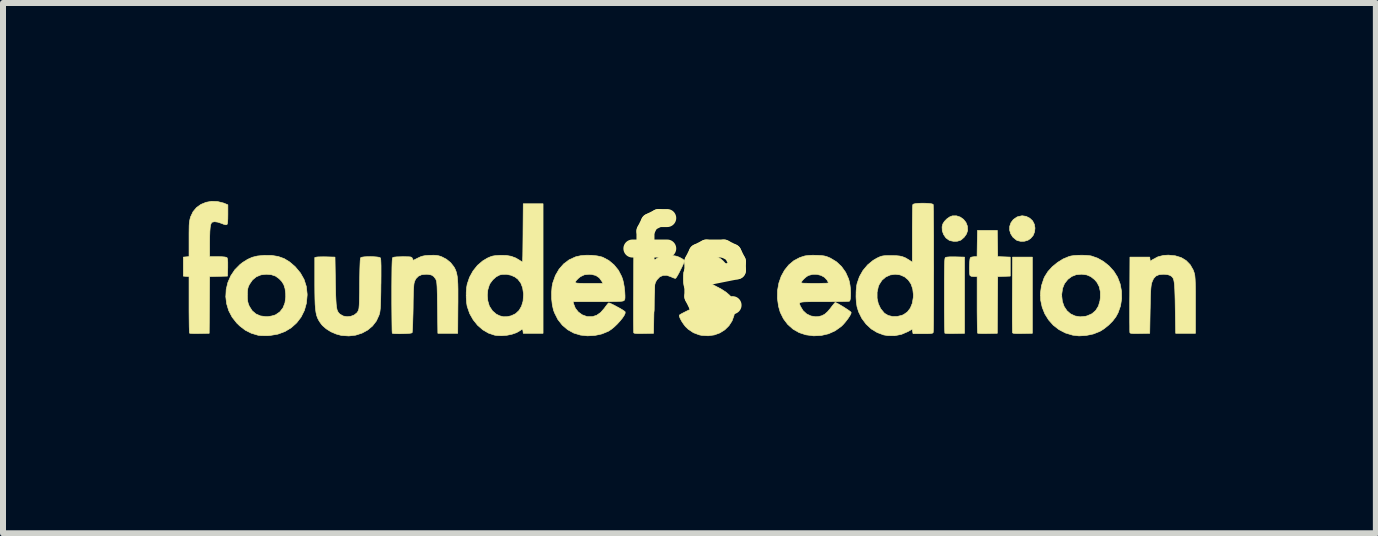
<source format=kicad_pcb>
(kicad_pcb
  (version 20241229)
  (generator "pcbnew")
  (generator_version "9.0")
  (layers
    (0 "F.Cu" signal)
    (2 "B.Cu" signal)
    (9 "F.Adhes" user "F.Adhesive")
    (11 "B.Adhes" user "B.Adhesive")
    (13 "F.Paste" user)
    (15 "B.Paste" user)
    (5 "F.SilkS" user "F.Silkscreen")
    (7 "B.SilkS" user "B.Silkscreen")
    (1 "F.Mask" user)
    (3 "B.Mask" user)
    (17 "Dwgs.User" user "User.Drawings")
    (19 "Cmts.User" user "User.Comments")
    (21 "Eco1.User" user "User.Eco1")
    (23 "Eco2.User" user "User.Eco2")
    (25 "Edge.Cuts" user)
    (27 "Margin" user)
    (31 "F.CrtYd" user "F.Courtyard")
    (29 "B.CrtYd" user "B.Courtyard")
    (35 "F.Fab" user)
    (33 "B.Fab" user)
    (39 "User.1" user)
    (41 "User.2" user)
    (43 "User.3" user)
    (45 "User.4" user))
  (footprint "fe"
    (layer "F.Cu")
    (at 8.431 1.418)
    (property "Reference" "fe" (at 0 0 0) (layer "F.SilkS") (effects (font (size 1.524 1.524) (thickness 0.3))))
    (attr through_hole)
    (fp_poly (pts (xy 5.721 1.086) (xy 5.559 1.089) (xy 5.488 1.09) (xy 5.438 1.089) (xy 5.408 1.086) (xy 5.393 1.08) (xy 5.391 1.077) (xy 5.39 1.061) (xy 5.389 1.023) (xy 5.388 0.964) (xy 5.387 0.887) (xy 5.387 0.795) (xy 5.387 0.69) (xy 5.387 0.575) (xy 5.388 0.452) (xy 5.388 0.438) (xy 5.391 -0.184) (xy 5.721 -0.184) (xy 5.721 1.086)) (stroke (width 0.01) (type solid)) (fill yes) (layer "F.SilkS"))
    (fp_poly (pts (xy 5.617 -0.863) (xy 5.677 -0.833) (xy 5.725 -0.788) (xy 5.754 -0.731) (xy 5.765 -0.668) (xy 5.758 -0.604) (xy 5.734 -0.544) (xy 5.692 -0.495) (xy 5.647 -0.465) (xy 5.589 -0.448) (xy 5.526 -0.447) (xy 5.469 -0.46) (xy 5.454 -0.469) (xy 5.397 -0.516) (xy 5.36 -0.573) (xy 5.342 -0.635) (xy 5.344 -0.698) (xy 5.365 -0.758) (xy 5.404 -0.81) (xy 5.462 -0.85) (xy 5.48 -0.858) (xy 5.55 -0.873) (xy 5.617 -0.863)) (stroke (width 0.01) (type solid)) (fill yes) (layer "F.SilkS"))
    (fp_poly (pts (xy 4.52 -0.851) (xy 4.574 -0.813) (xy 4.615 -0.761) (xy 4.639 -0.699) (xy 4.643 -0.631) (xy 4.642 -0.625) (xy 4.623 -0.569) (xy 4.585 -0.515) (xy 4.536 -0.472) (xy 4.52 -0.463) (xy 4.469 -0.448) (xy 4.409 -0.447) (xy 4.351 -0.458) (xy 4.333 -0.466) (xy 4.281 -0.504) (xy 4.243 -0.559) (xy 4.22 -0.622) (xy 4.217 -0.688) (xy 4.229 -0.736) (xy 4.256 -0.78) (xy 4.298 -0.822) (xy 4.346 -0.855) (xy 4.388 -0.871) (xy 4.456 -0.872) (xy 4.52 -0.851)) (stroke (width 0.01) (type solid)) (fill yes) (layer "F.SilkS"))
    (fp_poly (pts (xy 4.44 -0.188) (xy 4.591 -0.184) (xy 4.591 1.086) (xy 4.432 1.089) (xy 4.37 1.09) (xy 4.318 1.089) (xy 4.281 1.087) (xy 4.264 1.084) (xy 4.263 1.084) (xy 4.262 1.07) (xy 4.26 1.033) (xy 4.258 0.976) (xy 4.257 0.9) (xy 4.256 0.809) (xy 4.255 0.705) (xy 4.255 0.591) (xy 4.255 0.469) (xy 4.255 0.457) (xy 4.255 0.312) (xy 4.255 0.19) (xy 4.256 0.09) (xy 4.257 0.009) (xy 4.258 -0.054) (xy 4.26 -0.102) (xy 4.262 -0.136) (xy 4.265 -0.159) (xy 4.269 -0.172) (xy 4.272 -0.177) (xy 4.296 -0.184) (xy 4.344 -0.188) (xy 4.417 -0.188) (xy 4.44 -0.188)) (stroke (width 0.01) (type solid)) (fill yes) (layer "F.SilkS"))
    (fp_poly (pts (xy 5.141 -0.41) (xy 5.144 -0.192) (xy 5.249 -0.188) (xy 5.353 -0.184) (xy 5.353 0.133) (xy 5.144 0.141) (xy 5.137 1.086) (xy 4.978 1.089) (xy 4.916 1.09) (xy 4.865 1.089) (xy 4.827 1.087) (xy 4.81 1.084) (xy 4.809 1.084) (xy 4.807 1.07) (xy 4.806 1.033) (xy 4.804 0.977) (xy 4.803 0.903) (xy 4.802 0.816) (xy 4.801 0.718) (xy 4.801 0.612) (xy 4.801 0.14) (xy 4.745 0.14) (xy 4.704 0.136) (xy 4.683 0.124) (xy 4.681 0.12) (xy 4.676 0.094) (xy 4.674 0.051) (xy 4.673 -0.001) (xy 4.674 -0.055) (xy 4.677 -0.107) (xy 4.681 -0.148) (xy 4.687 -0.172) (xy 4.689 -0.175) (xy 4.711 -0.185) (xy 4.745 -0.19) (xy 4.752 -0.191) (xy 4.8 -0.191) (xy 4.803 -0.41) (xy 4.807 -0.629) (xy 5.137 -0.629) (xy 5.141 -0.41)) (stroke (width 0.01) (type solid)) (fill yes) (layer "F.SilkS"))
    (fp_poly (pts (xy -7.857 -1.11) (xy -7.756 -1.085) (xy -7.729 -1.074) (xy -7.684 -1.055) (xy -7.684 -0.898) (xy -7.685 -0.822) (xy -7.688 -0.769) (xy -7.693 -0.738) (xy -7.699 -0.727) (xy -7.718 -0.722) (xy -7.753 -0.731) (xy -7.785 -0.744) (xy -7.85 -0.766) (xy -7.905 -0.774) (xy -7.944 -0.766) (xy -7.948 -0.764) (xy -7.961 -0.748) (xy -7.972 -0.719) (xy -7.979 -0.674) (xy -7.984 -0.611) (xy -7.987 -0.527) (xy -7.988 -0.422) (xy -7.988 -0.191) (xy -7.85 -0.191) (xy -7.783 -0.19) (xy -7.737 -0.186) (xy -7.709 -0.18) (xy -7.697 -0.173) (xy -7.69 -0.149) (xy -7.686 -0.101) (xy -7.686 -0.029) (xy -7.686 -0.011) (xy -7.69 0.133) (xy -7.839 0.137) (xy -7.988 0.141) (xy -7.991 0.613) (xy -7.995 1.086) (xy -8.154 1.089) (xy -8.215 1.09) (xy -8.267 1.089) (xy -8.304 1.087) (xy -8.322 1.084) (xy -8.322 1.084) (xy -8.324 1.07) (xy -8.326 1.033) (xy -8.328 0.977) (xy -8.329 0.903) (xy -8.33 0.816) (xy -8.331 0.718) (xy -8.331 0.612) (xy -8.331 0.141) (xy -8.379 0.137) (xy -8.426 0.133) (xy -8.426 -0.184) (xy -8.331 -0.192) (xy -8.331 -0.483) (xy -8.331 -0.579) (xy -8.33 -0.653) (xy -8.329 -0.71) (xy -8.326 -0.754) (xy -8.321 -0.789) (xy -8.315 -0.818) (xy -8.307 -0.847) (xy -8.304 -0.857) (xy -8.264 -0.941) (xy -8.206 -1.01) (xy -8.133 -1.062) (xy -8.048 -1.097) (xy -7.955 -1.114) (xy -7.857 -1.11)) (stroke (width 0.01) (type solid)) (fill yes) (layer "F.SilkS"))
    (fp_poly (pts (xy -0.283 -0.209) (xy -0.238 -0.205) (xy -0.202 -0.197) (xy -0.165 -0.183) (xy -0.149 -0.175) (xy -0.109 -0.153) (xy -0.083 -0.133) (xy -0.076 -0.122) (xy -0.082 -0.101) (xy -0.097 -0.065) (xy -0.118 -0.019) (xy -0.143 0.031) (xy -0.168 0.081) (xy -0.192 0.124) (xy -0.212 0.156) (xy -0.223 0.17) (xy -0.224 0.17) (xy -0.242 0.168) (xy -0.275 0.156) (xy -0.3 0.144) (xy -0.369 0.12) (xy -0.431 0.121) (xy -0.487 0.145) (xy -0.533 0.193) (xy -0.549 0.219) (xy -0.557 0.235) (xy -0.563 0.251) (xy -0.569 0.271) (xy -0.573 0.298) (xy -0.576 0.334) (xy -0.578 0.382) (xy -0.58 0.446) (xy -0.582 0.527) (xy -0.583 0.63) (xy -0.584 0.679) (xy -0.591 1.086) (xy -0.753 1.089) (xy -0.824 1.09) (xy -0.874 1.089) (xy -0.904 1.086) (xy -0.919 1.08) (xy -0.921 1.077) (xy -0.922 1.061) (xy -0.923 1.023) (xy -0.924 0.964) (xy -0.925 0.887) (xy -0.925 0.795) (xy -0.925 0.69) (xy -0.925 0.575) (xy -0.924 0.452) (xy -0.924 0.438) (xy -0.921 -0.184) (xy -0.762 -0.184) (xy -0.696 -0.184) (xy -0.651 -0.183) (xy -0.622 -0.18) (xy -0.605 -0.174) (xy -0.596 -0.166) (xy -0.592 -0.157) (xy -0.584 -0.143) (xy -0.574 -0.139) (xy -0.555 -0.148) (xy -0.524 -0.17) (xy -0.496 -0.188) (xy -0.472 -0.2) (xy -0.444 -0.206) (xy -0.406 -0.209) (xy -0.349 -0.21) (xy -0.345 -0.21) (xy -0.283 -0.209)) (stroke (width 0.01) (type solid)) (fill yes) (layer "F.SilkS"))
    (fp_poly (pts (xy 8.102 -0.206) (xy 8.201 -0.176) (xy 8.284 -0.126) (xy 8.351 -0.057) (xy 8.401 0.03) (xy 8.417 0.075) (xy 8.423 0.097) (xy 8.428 0.122) (xy 8.431 0.153) (xy 8.434 0.193) (xy 8.436 0.244) (xy 8.438 0.31) (xy 8.439 0.394) (xy 8.439 0.497) (xy 8.439 0.616) (xy 8.439 1.086) (xy 8.109 1.086) (xy 8.102 0.66) (xy 8.1 0.534) (xy 8.097 0.431) (xy 8.094 0.348) (xy 8.09 0.283) (xy 8.084 0.233) (xy 8.077 0.196) (xy 8.067 0.169) (xy 8.054 0.15) (xy 8.039 0.135) (xy 8.019 0.124) (xy 8.015 0.121) (xy 7.978 0.109) (xy 7.927 0.103) (xy 7.902 0.102) (xy 7.832 0.109) (xy 7.78 0.132) (xy 7.741 0.174) (xy 7.716 0.229) (xy 7.709 0.251) (xy 7.703 0.277) (xy 7.699 0.308) (xy 7.695 0.349) (xy 7.692 0.402) (xy 7.689 0.47) (xy 7.687 0.556) (xy 7.685 0.665) (xy 7.684 0.692) (xy 7.677 1.086) (xy 7.515 1.089) (xy 7.443 1.09) (xy 7.394 1.089) (xy 7.364 1.086) (xy 7.349 1.08) (xy 7.347 1.077) (xy 7.345 1.061) (xy 7.344 1.023) (xy 7.344 0.964) (xy 7.343 0.887) (xy 7.343 0.795) (xy 7.343 0.69) (xy 7.343 0.575) (xy 7.344 0.452) (xy 7.344 0.438) (xy 7.347 -0.184) (xy 7.677 -0.184) (xy 7.681 -0.15) (xy 7.685 -0.115) (xy 7.732 -0.146) (xy 7.814 -0.189) (xy 7.905 -0.212) (xy 7.988 -0.217) (xy 8.102 -0.206)) (stroke (width 0.01) (type solid)) (fill yes) (layer "F.SilkS"))
    (fp_poly (pts (xy 6.628 -0.212) (xy 6.687 -0.206) (xy 6.706 -0.202) (xy 6.809 -0.166) (xy 6.909 -0.109) (xy 7.001 -0.035) (xy 7.079 0.052) (xy 7.14 0.149) (xy 7.14 0.149) (xy 7.184 0.263) (xy 7.207 0.385) (xy 7.209 0.509) (xy 7.19 0.63) (xy 7.15 0.743) (xy 7.112 0.813) (xy 7.059 0.882) (xy 6.99 0.951) (xy 6.915 1.011) (xy 6.846 1.054) (xy 6.737 1.097) (xy 6.618 1.122) (xy 6.498 1.129) (xy 6.394 1.117) (xy 6.273 1.081) (xy 6.165 1.025) (xy 6.07 0.951) (xy 5.992 0.863) (xy 5.929 0.762) (xy 5.885 0.652) (xy 5.86 0.536) (xy 5.857 0.457) (xy 6.21 0.457) (xy 6.221 0.555) (xy 6.251 0.64) (xy 6.298 0.71) (xy 6.359 0.763) (xy 6.433 0.797) (xy 6.517 0.811) (xy 6.608 0.802) (xy 6.637 0.794) (xy 6.716 0.759) (xy 6.777 0.705) (xy 6.822 0.633) (xy 6.848 0.543) (xy 6.854 0.491) (xy 6.854 0.393) (xy 6.836 0.31) (xy 6.799 0.239) (xy 6.759 0.192) (xy 6.696 0.142) (xy 6.629 0.113) (xy 6.549 0.102) (xy 6.534 0.102) (xy 6.45 0.11) (xy 6.378 0.138) (xy 6.313 0.187) (xy 6.31 0.19) (xy 6.257 0.257) (xy 6.225 0.336) (xy 6.211 0.431) (xy 6.21 0.457) (xy 5.857 0.457) (xy 5.856 0.415) (xy 5.873 0.293) (xy 5.913 0.172) (xy 5.928 0.14) (xy 5.981 0.056) (xy 6.054 -0.024) (xy 6.141 -0.095) (xy 6.234 -0.153) (xy 6.33 -0.193) (xy 6.363 -0.202) (xy 6.415 -0.21) (xy 6.482 -0.214) (xy 6.556 -0.215) (xy 6.628 -0.212)) (stroke (width 0.01) (type solid)) (fill yes) (layer "F.SilkS"))
    (fp_poly (pts (xy -6.953 -0.212) (xy -6.844 -0.194) (xy -6.746 -0.159) (xy -6.656 -0.104) (xy -6.568 -0.029) (xy -6.559 -0.02) (xy -6.475 0.081) (xy -6.414 0.189) (xy -6.377 0.305) (xy -6.363 0.432) (xy -6.363 0.45) (xy -6.375 0.583) (xy -6.409 0.705) (xy -6.464 0.815) (xy -6.537 0.911) (xy -6.627 0.992) (xy -6.732 1.056) (xy -6.851 1.1) (xy -6.981 1.122) (xy -7.016 1.125) (xy -7.074 1.125) (xy -7.13 1.124) (xy -7.172 1.12) (xy -7.182 1.118) (xy -7.295 1.084) (xy -7.394 1.034) (xy -7.485 0.964) (xy -7.534 0.917) (xy -7.613 0.817) (xy -7.67 0.708) (xy -7.705 0.592) (xy -7.719 0.474) (xy -7.717 0.451) (xy -7.359 0.451) (xy -7.358 0.512) (xy -7.353 0.557) (xy -7.343 0.595) (xy -7.327 0.635) (xy -7.326 0.636) (xy -7.279 0.71) (xy -7.217 0.763) (xy -7.141 0.796) (xy -7.051 0.808) (xy -7.014 0.807) (xy -6.962 0.799) (xy -6.912 0.786) (xy -6.886 0.776) (xy -6.816 0.727) (xy -6.765 0.661) (xy -6.733 0.579) (xy -6.72 0.481) (xy -6.721 0.427) (xy -6.731 0.343) (xy -6.752 0.276) (xy -6.788 0.219) (xy -6.831 0.175) (xy -6.891 0.132) (xy -6.961 0.109) (xy -7.041 0.102) (xy -7.132 0.112) (xy -7.21 0.144) (xy -7.274 0.197) (xy -7.325 0.271) (xy -7.342 0.307) (xy -7.352 0.341) (xy -7.357 0.382) (xy -7.359 0.437) (xy -7.359 0.451) (xy -7.717 0.451) (xy -7.712 0.355) (xy -7.684 0.239) (xy -7.636 0.129) (xy -7.568 0.027) (xy -7.48 -0.062) (xy -7.437 -0.095) (xy -7.356 -0.146) (xy -7.278 -0.181) (xy -7.193 -0.202) (xy -7.093 -0.212) (xy -7.079 -0.213) (xy -6.953 -0.212)) (stroke (width 0.01) (type solid)) (fill yes) (layer "F.SilkS"))
    (fp_poly (pts (xy -2.432 1.086) (xy -2.762 1.086) (xy -2.766 1.051) (xy -2.771 1.025) (xy -2.781 1.018) (xy -2.801 1.03) (xy -2.815 1.041) (xy -2.874 1.075) (xy -2.949 1.101) (xy -3.035 1.119) (xy -3.124 1.126) (xy -3.207 1.122) (xy -3.239 1.117) (xy -3.341 1.083) (xy -3.437 1.027) (xy -3.523 0.952) (xy -3.596 0.861) (xy -3.655 0.757) (xy -3.694 0.644) (xy -3.697 0.635) (xy -3.707 0.569) (xy -3.712 0.489) (xy -3.712 0.453) (xy -3.361 0.453) (xy -3.353 0.544) (xy -3.329 0.626) (xy -3.323 0.639) (xy -3.274 0.713) (xy -3.211 0.767) (xy -3.153 0.795) (xy -3.092 0.81) (xy -3.031 0.809) (xy -2.963 0.794) (xy -2.891 0.76) (xy -2.833 0.706) (xy -2.791 0.635) (xy -2.765 0.549) (xy -2.758 0.449) (xy -2.758 0.426) (xy -2.772 0.328) (xy -2.803 0.248) (xy -2.852 0.184) (xy -2.901 0.147) (xy -2.967 0.118) (xy -3.042 0.103) (xy -3.115 0.105) (xy -3.153 0.113) (xy -3.213 0.144) (xy -3.269 0.194) (xy -3.314 0.254) (xy -3.328 0.282) (xy -3.353 0.363) (xy -3.361 0.453) (xy -3.712 0.453) (xy -3.712 0.404) (xy -3.706 0.325) (xy -3.696 0.267) (xy -3.657 0.152) (xy -3.599 0.047) (xy -3.525 -0.046) (xy -3.437 -0.121) (xy -3.358 -0.168) (xy -3.312 -0.188) (xy -3.273 -0.201) (xy -3.23 -0.208) (xy -3.175 -0.212) (xy -3.143 -0.214) (xy -3.044 -0.212) (xy -2.961 -0.197) (xy -2.885 -0.168) (xy -2.826 -0.133) (xy -2.797 -0.114) (xy -2.778 -0.103) (xy -2.775 -0.102) (xy -2.773 -0.114) (xy -2.772 -0.149) (xy -2.77 -0.204) (xy -2.769 -0.275) (xy -2.768 -0.362) (xy -2.767 -0.46) (xy -2.766 -0.567) (xy -2.766 -0.587) (xy -2.762 -1.073) (xy -2.432 -1.073) (xy -2.432 1.086)) (stroke (width 0.01) (type solid)) (fill yes) (layer "F.SilkS"))
    (fp_poly (pts (xy -5.249 -0.19) (xy -5.199 -0.186) (xy -5.161 -0.18) (xy -5.144 -0.172) (xy -5.139 -0.16) (xy -5.136 -0.136) (xy -5.134 -0.096) (xy -5.132 -0.04) (xy -5.132 0.035) (xy -5.132 0.132) (xy -5.133 0.251) (xy -5.134 0.276) (xy -5.135 0.393) (xy -5.137 0.489) (xy -5.139 0.564) (xy -5.141 0.624) (xy -5.144 0.67) (xy -5.148 0.706) (xy -5.152 0.735) (xy -5.158 0.76) (xy -5.165 0.783) (xy -5.166 0.785) (xy -5.21 0.881) (xy -5.274 0.964) (xy -5.355 1.032) (xy -5.449 1.083) (xy -5.555 1.117) (xy -5.668 1.13) (xy -5.785 1.122) (xy -5.791 1.122) (xy -5.879 1.098) (xy -5.966 1.061) (xy -6.044 1.012) (xy -6.107 0.957) (xy -6.12 0.942) (xy -6.148 0.904) (xy -6.171 0.868) (xy -6.19 0.83) (xy -6.205 0.787) (xy -6.216 0.737) (xy -6.224 0.676) (xy -6.23 0.603) (xy -6.233 0.513) (xy -6.235 0.405) (xy -6.236 0.275) (xy -6.236 0.233) (xy -6.236 -0.177) (xy -6.207 -0.184) (xy -6.183 -0.187) (xy -6.14 -0.188) (xy -6.085 -0.189) (xy -6.039 -0.188) (xy -5.899 -0.184) (xy -5.892 0.229) (xy -5.889 0.353) (xy -5.887 0.455) (xy -5.883 0.536) (xy -5.879 0.6) (xy -5.873 0.65) (xy -5.866 0.688) (xy -5.856 0.716) (xy -5.844 0.737) (xy -5.829 0.755) (xy -5.814 0.768) (xy -5.761 0.798) (xy -5.7 0.809) (xy -5.637 0.803) (xy -5.579 0.781) (xy -5.533 0.744) (xy -5.519 0.724) (xy -5.512 0.71) (xy -5.506 0.695) (xy -5.501 0.676) (xy -5.498 0.649) (xy -5.495 0.611) (xy -5.493 0.561) (xy -5.492 0.494) (xy -5.49 0.409) (xy -5.489 0.303) (xy -5.489 0.261) (xy -5.487 0.13) (xy -5.485 0.021) (xy -5.482 -0.064) (xy -5.479 -0.126) (xy -5.475 -0.163) (xy -5.471 -0.174) (xy -5.452 -0.182) (xy -5.414 -0.188) (xy -5.363 -0.191) (xy -5.306 -0.192) (xy -5.249 -0.19)) (stroke (width 0.01) (type solid)) (fill yes) (layer "F.SilkS"))
    (fp_poly (pts (xy 0.387 -0.212) (xy 0.461 -0.192) (xy 0.527 -0.155) (xy 0.536 -0.148) (xy 0.571 -0.117) (xy 0.608 -0.076) (xy 0.642 -0.032) (xy 0.669 0.009) (xy 0.684 0.041) (xy 0.686 0.051) (xy 0.675 0.065) (xy 0.647 0.086) (xy 0.607 0.112) (xy 0.56 0.14) (xy 0.513 0.166) (xy 0.469 0.187) (xy 0.436 0.2) (xy 0.421 0.203) (xy 0.402 0.193) (xy 0.377 0.168) (xy 0.365 0.152) (xy 0.338 0.118) (xy 0.312 0.104) (xy 0.295 0.102) (xy 0.256 0.11) (xy 0.233 0.132) (xy 0.23 0.161) (xy 0.248 0.191) (xy 0.251 0.194) (xy 0.27 0.206) (xy 0.307 0.228) (xy 0.357 0.255) (xy 0.416 0.285) (xy 0.44 0.298) (xy 0.542 0.352) (xy 0.621 0.404) (xy 0.68 0.455) (xy 0.721 0.509) (xy 0.747 0.568) (xy 0.76 0.635) (xy 0.762 0.686) (xy 0.75 0.788) (xy 0.717 0.88) (xy 0.665 0.96) (xy 0.597 1.027) (xy 0.515 1.079) (xy 0.422 1.113) (xy 0.32 1.127) (xy 0.213 1.121) (xy 0.17 1.112) (xy 0.074 1.076) (xy -0.012 1.019) (xy -0.059 0.974) (xy -0.091 0.932) (xy -0.121 0.887) (xy -0.145 0.843) (xy -0.16 0.807) (xy -0.162 0.785) (xy -0.149 0.774) (xy -0.118 0.756) (xy -0.073 0.733) (xy -0.025 0.709) (xy 0.108 0.647) (xy 0.14 0.687) (xy 0.18 0.738) (xy 0.209 0.771) (xy 0.232 0.792) (xy 0.253 0.802) (xy 0.276 0.806) (xy 0.302 0.806) (xy 0.355 0.801) (xy 0.388 0.784) (xy 0.404 0.753) (xy 0.406 0.725) (xy 0.403 0.695) (xy 0.39 0.667) (xy 0.364 0.64) (xy 0.324 0.611) (xy 0.265 0.578) (xy 0.194 0.541) (xy 0.101 0.492) (xy 0.029 0.446) (xy -0.023 0.401) (xy -0.06 0.354) (xy -0.082 0.3) (xy -0.093 0.237) (xy -0.095 0.178) (xy -0.094 0.119) (xy -0.089 0.076) (xy -0.078 0.039) (xy -0.06 -0.003) (xy -0.007 -0.083) (xy 0.063 -0.146) (xy 0.148 -0.19) (xy 0.244 -0.214) (xy 0.298 -0.217) (xy 0.387 -0.212)) (stroke (width 0.01) (type solid)) (fill yes) (layer "F.SilkS"))
    (fp_poly (pts (xy -4.208 -0.212) (xy -4.168 -0.205) (xy -4.127 -0.192) (xy -4.122 -0.19) (xy -4.043 -0.149) (xy -3.972 -0.091) (xy -3.918 -0.022) (xy -3.905 -0.000087) (xy -3.89 0.032) (xy -3.878 0.065) (xy -3.869 0.102) (xy -3.861 0.145) (xy -3.856 0.199) (xy -3.852 0.265) (xy -3.85 0.346) (xy -3.85 0.445) (xy -3.85 0.565) (xy -3.851 0.648) (xy -3.854 1.086) (xy -4.185 1.086) (xy -4.191 0.654) (xy -4.193 0.537) (xy -4.194 0.443) (xy -4.196 0.369) (xy -4.198 0.312) (xy -4.201 0.269) (xy -4.204 0.237) (xy -4.208 0.214) (xy -4.214 0.198) (xy -4.22 0.184) (xy -4.223 0.178) (xy -4.255 0.137) (xy -4.296 0.113) (xy -4.351 0.103) (xy -4.38 0.102) (xy -4.453 0.109) (xy -4.508 0.133) (xy -4.549 0.174) (xy -4.564 0.202) (xy -4.572 0.22) (xy -4.578 0.239) (xy -4.583 0.262) (xy -4.586 0.293) (xy -4.589 0.334) (xy -4.592 0.388) (xy -4.594 0.459) (xy -4.596 0.549) (xy -4.597 0.66) (xy -4.599 0.759) (xy -4.602 0.85) (xy -4.604 0.93) (xy -4.607 0.996) (xy -4.61 1.044) (xy -4.613 1.071) (xy -4.614 1.076) (xy -4.63 1.082) (xy -4.665 1.087) (xy -4.713 1.09) (xy -4.768 1.092) (xy -4.825 1.093) (xy -4.877 1.092) (xy -4.918 1.09) (xy -4.942 1.085) (xy -4.945 1.084) (xy -4.946 1.07) (xy -4.948 1.033) (xy -4.949 0.975) (xy -4.95 0.9) (xy -4.951 0.809) (xy -4.952 0.706) (xy -4.953 0.591) (xy -4.953 0.469) (xy -4.953 0.458) (xy -4.953 0.306) (xy -4.952 0.179) (xy -4.951 0.074) (xy -4.95 -0.01) (xy -4.948 -0.076) (xy -4.946 -0.123) (xy -4.943 -0.155) (xy -4.94 -0.172) (xy -4.938 -0.175) (xy -4.916 -0.183) (xy -4.869 -0.188) (xy -4.797 -0.19) (xy -4.772 -0.191) (xy -4.709 -0.19) (xy -4.665 -0.189) (xy -4.638 -0.186) (xy -4.623 -0.18) (xy -4.614 -0.171) (xy -4.609 -0.16) (xy -4.595 -0.13) (xy -4.517 -0.169) (xy -4.474 -0.189) (xy -4.436 -0.201) (xy -4.393 -0.209) (xy -4.335 -0.213) (xy -4.318 -0.213) (xy -4.255 -0.215) (xy -4.208 -0.212)) (stroke (width 0.01) (type solid)) (fill yes) (layer "F.SilkS"))
    (fp_poly (pts (xy -1.619 -0.214) (xy -1.53 -0.204) (xy -1.454 -0.187) (xy -1.435 -0.18) (xy -1.337 -0.128) (xy -1.25 -0.055) (xy -1.177 0.034) (xy -1.123 0.138) (xy -1.105 0.188) (xy -1.092 0.241) (xy -1.08 0.308) (xy -1.072 0.376) (xy -1.07 0.399) (xy -1.067 0.457) (xy -1.067 0.495) (xy -1.07 0.519) (xy -1.077 0.533) (xy -1.086 0.542) (xy -1.098 0.547) (xy -1.12 0.551) (xy -1.154 0.554) (xy -1.204 0.556) (xy -1.27 0.557) (xy -1.356 0.558) (xy -1.464 0.559) (xy -1.52 0.559) (xy -1.931 0.559) (xy -1.923 0.594) (xy -1.894 0.668) (xy -1.845 0.73) (xy -1.781 0.777) (xy -1.705 0.805) (xy -1.688 0.808) (xy -1.609 0.808) (xy -1.538 0.785) (xy -1.472 0.739) (xy -1.41 0.668) (xy -1.396 0.648) (xy -1.37 0.614) (xy -1.349 0.588) (xy -1.338 0.579) (xy -1.322 0.583) (xy -1.29 0.597) (xy -1.247 0.618) (xy -1.199 0.644) (xy -1.151 0.67) (xy -1.109 0.695) (xy -1.078 0.716) (xy -1.064 0.728) (xy -1.064 0.751) (xy -1.08 0.787) (xy -1.109 0.831) (xy -1.148 0.879) (xy -1.194 0.93) (xy -1.243 0.977) (xy -1.293 1.018) (xy -1.339 1.049) (xy -1.345 1.052) (xy -1.451 1.096) (xy -1.57 1.122) (xy -1.693 1.128) (xy -1.807 1.116) (xy -1.92 1.082) (xy -2.022 1.026) (xy -2.111 0.95) (xy -2.185 0.856) (xy -2.241 0.745) (xy -2.258 0.7) (xy -2.278 0.612) (xy -2.289 0.511) (xy -2.29 0.406) (xy -2.282 0.307) (xy -2.27 0.245) (xy -2.266 0.235) (xy -1.896 0.235) (xy -1.887 0.245) (xy -1.861 0.25) (xy -1.817 0.253) (xy -1.751 0.254) (xy -1.67 0.254) (xy -1.434 0.254) (xy -1.453 0.219) (xy -1.495 0.161) (xy -1.553 0.122) (xy -1.626 0.104) (xy -1.665 0.102) (xy -1.744 0.111) (xy -1.809 0.142) (xy -1.846 0.172) (xy -1.873 0.2) (xy -1.89 0.221) (xy -1.896 0.235) (xy -2.266 0.235) (xy -2.226 0.122) (xy -2.165 0.017) (xy -2.088 -0.071) (xy -1.996 -0.14) (xy -1.89 -0.188) (xy -1.876 -0.192) (xy -1.801 -0.208) (xy -1.712 -0.215) (xy -1.619 -0.214)) (stroke (width 0.01) (type solid)) (fill yes) (layer "F.SilkS"))
    (fp_poly (pts (xy 3.941 -1.081) (xy 3.994 -1.078) (xy 4.037 -1.073) (xy 4.064 -1.065) (xy 4.069 -1.059) (xy 4.07 -1.044) (xy 4.071 -1.005) (xy 4.073 -0.945) (xy 4.073 -0.867) (xy 4.074 -0.772) (xy 4.075 -0.664) (xy 4.076 -0.544) (xy 4.076 -0.415) (xy 4.076 -0.279) (xy 4.076 -0.138) (xy 4.077 0.005) (xy 4.076 0.148) (xy 4.076 0.289) (xy 4.076 0.425) (xy 4.076 0.554) (xy 4.075 0.674) (xy 4.074 0.783) (xy 4.074 0.877) (xy 4.073 0.956) (xy 4.072 1.016) (xy 4.07 1.056) (xy 4.069 1.072) (xy 4.069 1.072) (xy 4.062 1.081) (xy 4.046 1.086) (xy 4.018 1.09) (xy 3.972 1.092) (xy 3.906 1.092) (xy 3.897 1.092) (xy 3.733 1.092) (xy 3.718 1.017) (xy 3.648 1.057) (xy 3.541 1.103) (xy 3.427 1.126) (xy 3.311 1.124) (xy 3.244 1.113) (xy 3.136 1.073) (xy 3.037 1.013) (xy 2.951 0.933) (xy 2.88 0.838) (xy 2.826 0.729) (xy 2.8 0.645) (xy 2.788 0.565) (xy 2.784 0.5) (xy 3.134 0.5) (xy 3.154 0.592) (xy 3.193 0.675) (xy 3.25 0.744) (xy 3.26 0.754) (xy 3.32 0.789) (xy 3.392 0.806) (xy 3.47 0.805) (xy 3.548 0.786) (xy 3.576 0.774) (xy 3.639 0.73) (xy 3.688 0.666) (xy 3.721 0.585) (xy 3.737 0.489) (xy 3.739 0.443) (xy 3.728 0.347) (xy 3.699 0.263) (xy 3.652 0.195) (xy 3.591 0.144) (xy 3.516 0.112) (xy 3.435 0.102) (xy 3.351 0.114) (xy 3.277 0.148) (xy 3.215 0.202) (xy 3.169 0.273) (xy 3.155 0.306) (xy 3.134 0.403) (xy 3.134 0.5) (xy 2.784 0.5) (xy 2.783 0.473) (xy 2.785 0.377) (xy 2.794 0.29) (xy 2.801 0.255) (xy 2.84 0.142) (xy 2.899 0.038) (xy 2.976 -0.054) (xy 3.067 -0.129) (xy 3.132 -0.167) (xy 3.17 -0.185) (xy 3.201 -0.197) (xy 3.232 -0.204) (xy 3.269 -0.208) (xy 3.319 -0.209) (xy 3.372 -0.209) (xy 3.45 -0.208) (xy 3.51 -0.202) (xy 3.56 -0.19) (xy 3.607 -0.171) (xy 3.658 -0.141) (xy 3.68 -0.127) (xy 3.721 -0.099) (xy 3.721 -0.569) (xy 3.721 -0.677) (xy 3.722 -0.777) (xy 3.723 -0.866) (xy 3.724 -0.942) (xy 3.725 -1.001) (xy 3.727 -1.041) (xy 3.729 -1.059) (xy 3.729 -1.059) (xy 3.745 -1.069) (xy 3.78 -1.076) (xy 3.828 -1.08) (xy 3.884 -1.082) (xy 3.941 -1.081)) (stroke (width 0.01) (type solid)) (fill yes) (layer "F.SilkS"))
    (fp_poly (pts (xy 2.137 -0.213) (xy 2.202 -0.21) (xy 2.25 -0.204) (xy 2.291 -0.194) (xy 2.331 -0.178) (xy 2.354 -0.168) (xy 2.455 -0.107) (xy 2.541 -0.027) (xy 2.61 0.07) (xy 2.659 0.179) (xy 2.673 0.23) (xy 2.683 0.286) (xy 2.69 0.347) (xy 2.693 0.409) (xy 2.692 0.466) (xy 2.688 0.512) (xy 2.68 0.542) (xy 2.672 0.551) (xy 2.655 0.553) (xy 2.616 0.555) (xy 2.557 0.556) (xy 2.483 0.557) (xy 2.396 0.558) (xy 2.3 0.559) (xy 2.247 0.559) (xy 2.132 0.559) (xy 2.04 0.559) (xy 1.969 0.56) (xy 1.916 0.562) (xy 1.879 0.566) (xy 1.856 0.572) (xy 1.844 0.58) (xy 1.842 0.592) (xy 1.845 0.607) (xy 1.853 0.627) (xy 1.859 0.64) (xy 1.901 0.709) (xy 1.96 0.763) (xy 2.031 0.797) (xy 2.111 0.81) (xy 2.157 0.807) (xy 2.213 0.793) (xy 2.261 0.768) (xy 2.308 0.727) (xy 2.358 0.668) (xy 2.364 0.659) (xy 2.394 0.62) (xy 2.419 0.59) (xy 2.434 0.573) (xy 2.437 0.572) (xy 2.455 0.579) (xy 2.488 0.596) (xy 2.531 0.621) (xy 2.578 0.649) (xy 2.624 0.679) (xy 2.663 0.705) (xy 2.691 0.726) (xy 2.702 0.738) (xy 2.697 0.761) (xy 2.678 0.797) (xy 2.649 0.841) (xy 2.613 0.888) (xy 2.575 0.933) (xy 2.537 0.971) (xy 2.534 0.973) (xy 2.435 1.044) (xy 2.324 1.094) (xy 2.203 1.122) (xy 2.076 1.128) (xy 1.946 1.111) (xy 1.834 1.074) (xy 1.733 1.016) (xy 1.645 0.938) (xy 1.574 0.844) (xy 1.52 0.735) (xy 1.492 0.637) (xy 1.473 0.502) (xy 1.475 0.372) (xy 1.497 0.249) (xy 1.498 0.246) (xy 1.867 0.246) (xy 1.879 0.248) (xy 1.912 0.251) (xy 1.963 0.252) (xy 2.027 0.254) (xy 2.095 0.254) (xy 2.169 0.254) (xy 2.232 0.252) (xy 2.282 0.251) (xy 2.314 0.248) (xy 2.324 0.246) (xy 2.318 0.231) (xy 2.303 0.204) (xy 2.298 0.196) (xy 2.257 0.152) (xy 2.2 0.121) (xy 2.133 0.104) (xy 2.063 0.103) (xy 1.997 0.12) (xy 1.981 0.127) (xy 1.95 0.148) (xy 1.916 0.178) (xy 1.887 0.209) (xy 1.87 0.236) (xy 1.867 0.246) (xy 1.498 0.246) (xy 1.536 0.136) (xy 1.592 0.034) (xy 1.663 -0.054) (xy 1.748 -0.125) (xy 1.847 -0.177) (xy 1.932 -0.204) (xy 1.988 -0.211) (xy 2.061 -0.215) (xy 2.137 -0.213)) (stroke (width 0.01) (type solid)) (fill yes) (layer "F.SilkS")))
  (gr_rect
    (start -3 -3)
    (end 19.876 5.836)
    (stroke (width 0.1) (type default))
    (fill no)
    (layer "Edge.Cuts")))
</source>
